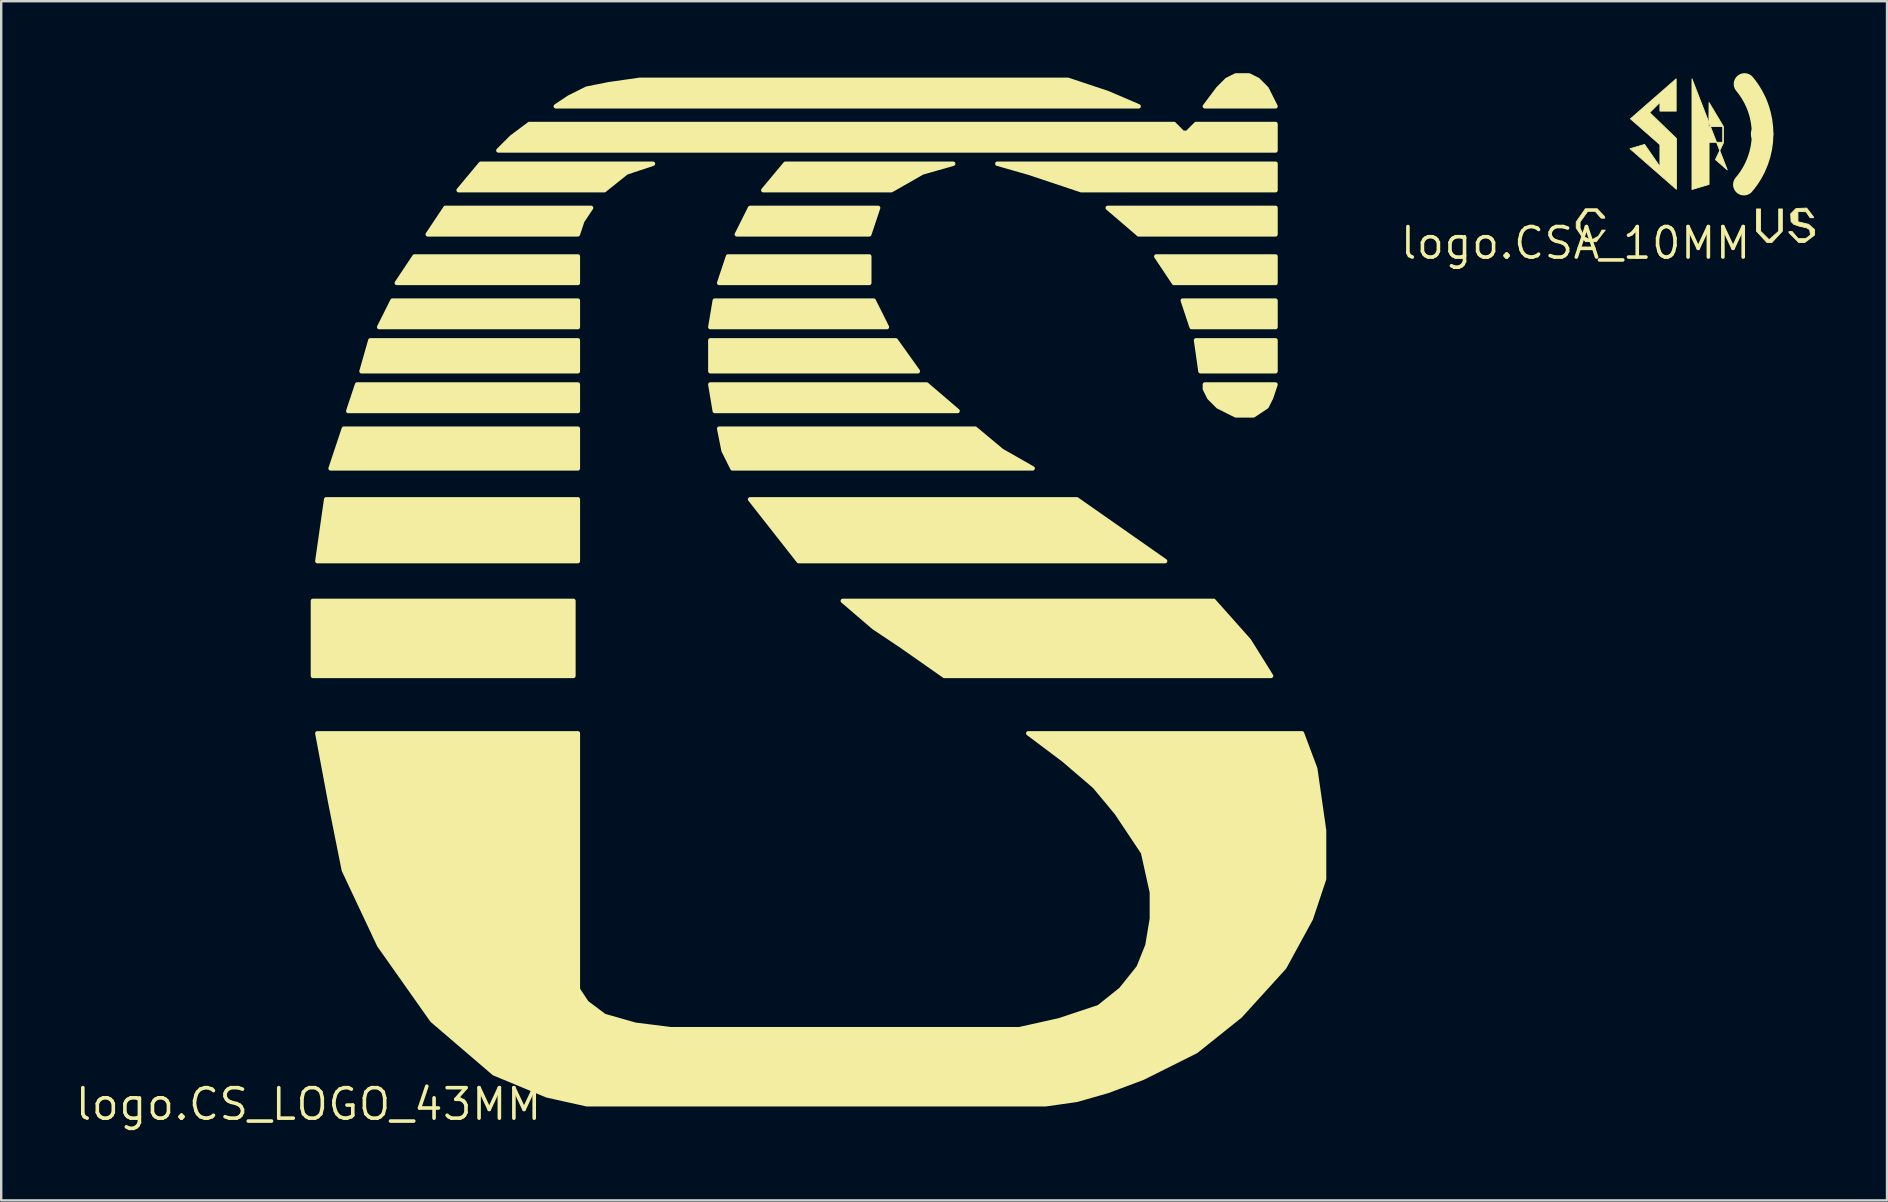
<source format=kicad_pcb>
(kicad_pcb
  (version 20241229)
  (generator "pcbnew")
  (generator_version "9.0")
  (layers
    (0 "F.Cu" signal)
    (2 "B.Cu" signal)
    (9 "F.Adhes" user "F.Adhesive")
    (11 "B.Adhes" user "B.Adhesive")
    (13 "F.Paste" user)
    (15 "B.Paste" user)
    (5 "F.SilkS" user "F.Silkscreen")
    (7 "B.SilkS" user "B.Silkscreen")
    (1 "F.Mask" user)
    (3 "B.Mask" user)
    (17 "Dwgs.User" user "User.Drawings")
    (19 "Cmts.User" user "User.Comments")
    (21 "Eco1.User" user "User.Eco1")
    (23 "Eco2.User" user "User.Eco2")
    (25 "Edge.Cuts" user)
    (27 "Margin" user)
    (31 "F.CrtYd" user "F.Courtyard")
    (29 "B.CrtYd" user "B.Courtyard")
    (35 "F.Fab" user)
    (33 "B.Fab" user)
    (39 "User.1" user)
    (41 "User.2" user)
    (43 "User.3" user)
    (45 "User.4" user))
  (footprint "logo.CSA_10MM"
    (layer "F.Cu")
    (at 62.596 7.08)
    (property "Reference" "logo.CSA_10MM" (at 0 0 0) (layer "F.SilkS") (effects (font (size 1.27 1.27) (thickness 0.15))))
    (fp_arc (start 7.0399 -6.6305) (mid 7.793934 -4.529662) (end 7.0132 -2.4386) (stroke (width 0.9) (type default)) (layer "F.SilkS"))
    (fp_circle (center 7.77 -4.548) (end 8.197 -4.548) (stroke (width 0.08) (type default)) (fill no) (layer "F.SilkS"))
    (fp_poly (pts (xy 4.192 -5.5) (xy 4.192 -6.844) (xy 2.287 -5.18) (xy 3.515 -4.103) (xy 3.515 -3.186) (xy 2.875 -4.112) (xy 2.269 -3.934) (xy 4.201 -2.243) (xy 4.201 -4.361) (xy 3.088 -5.438) (xy 3.515 -5.865) (xy 3.515 -5.5)) (stroke (width 0.036) (type default)) (fill yes) (layer "F.SilkS"))
    (fp_poly (pts (xy 4.851 -2.234) (xy 4.851 -6.844) (xy 6.319 -3.053) (xy 5.83 -3.48) (xy 6.159 -4.174) (xy 6.159 -4.859) (xy 5.562 -5.856) (xy 5.554 -4.859) (xy 6.132 -4.859) (xy 6.132 -4.201) (xy 5.562 -4.201) (xy 5.562 -2.447)) (stroke (width 0.036) (type default)) (fill yes) (layer "F.SilkS"))
    (fp_poly (pts (xy 7.538 -1.424) (xy 7.707 -1.424) (xy 7.707 -0.498) (xy 8.046 -0.16) (xy 8.09 -0.16) (xy 8.464 -0.498) (xy 8.464 -1.424) (xy 8.615 -1.424) (xy 8.615 -0.498) (xy 8.179 -0.027) (xy 7.974 -0.027) (xy 7.538 -0.498)) (stroke (width 0.036) (type default)) (fill yes) (layer "F.SilkS"))
    (fp_poly (pts (xy 7.556 -4.299) (xy 7.556 -4.77) (xy 7.832 -4.77) (xy 7.885 -4.53) (xy 7.885 -4.468) (xy 7.974 -4.299) (xy 7.868 -4.299) (xy 7.787 -4.468) (xy 7.787 -4.575) (xy 7.796 -4.699) (xy 7.645 -4.699) (xy 7.645 -4.575) (xy 7.77 -4.575) (xy 7.77 -4.495) (xy 7.645 -4.495) (xy 7.645 -4.299)) (stroke (width 0.036) (type default)) (fill yes) (layer "F.SilkS"))
    (fp_poly (pts (xy 1.219 -1.041) (xy 1.193 -1.121) (xy 0.899 -1.433) (xy 0.409 -1.433) (xy 0.027 -0.881) (xy 0.027 -0.632) (xy 0.409 -0.062) (xy 0.863 -0.062) (xy 1.237 -0.543) (xy 1.095 -0.543) (xy 1.077 -0.498) (xy 0.952 -0.285) (xy 0.721 -0.16) (xy 0.57 -0.16) (xy 0.347 -0.267) (xy 0.187 -0.632) (xy 0.187 -0.881) (xy 0.507 -1.326) (xy 0.819 -1.326) (xy 1.068 -1.041)) (stroke (width 0.036) (type default)) (fill yes) (layer "F.SilkS"))
    (fp_poly (pts (xy 8.891 -0.481) (xy 8.891 -0.436) (xy 9.3 -0.027) (xy 9.55 -0.027) (xy 9.959 -0.338) (xy 9.959 -0.561) (xy 9.71 -0.783) (xy 9.265 -0.89) (xy 9.265 -1.317) (xy 9.603 -1.308) (xy 9.772 -1.059) (xy 9.915 -1.059) (xy 9.915 -1.086) (xy 9.63 -1.46) (xy 9.185 -1.442) (xy 8.962 -1.219) (xy 8.98 -0.899) (xy 9.096 -0.783) (xy 9.336 -0.703) (xy 9.621 -0.641) (xy 9.754 -0.561) (xy 9.79 -0.338) (xy 9.585 -0.187) (xy 9.274 -0.187) (xy 9.025 -0.481)) (stroke (width 0.036) (type default)) (fill yes) (layer "F.SilkS")))
  (footprint "logo.CS_LOGO_43MM"
    (layer "F.Cu")
    (at 9.804 42.958)
    (property "Reference" "logo.CS_LOGO_43MM" (at 0 0 0) (layer "F.SilkS") (effects (font (size 1.27 1.27) (thickness 0.15))))
    (fp_poly (pts (xy 0.184 -20.973) (xy 11.038 -20.973) (xy 11.038 -17.846) (xy 0.184 -17.846)) (stroke (width 0.184) (type default)) (fill yes) (layer "F.SilkS"))
    (fp_poly (pts (xy 0.368 -22.629) (xy 0.736 -25.204) (xy 11.223 -25.204) (xy 11.223 -22.629)) (stroke (width 0.184) (type default)) (fill yes) (layer "F.SilkS"))
    (fp_poly (pts (xy 0.92 -26.492) (xy 1.472 -28.148) (xy 11.223 -28.148) (xy 11.223 -26.492)) (stroke (width 0.184) (type default)) (fill yes) (layer "F.SilkS"))
    (fp_poly (pts (xy 1.656 -28.884) (xy 2.024 -29.988) (xy 11.223 -29.988) (xy 11.223 -28.884)) (stroke (width 0.184) (type default)) (fill yes) (layer "F.SilkS"))
    (fp_poly (pts (xy 2.208 -30.54) (xy 2.576 -31.828) (xy 11.223 -31.828) (xy 11.223 -30.54)) (stroke (width 0.184) (type default)) (fill yes) (layer "F.SilkS"))
    (fp_poly (pts (xy 2.944 -32.38) (xy 3.496 -33.483) (xy 11.223 -33.483) (xy 11.223 -32.38)) (stroke (width 0.184) (type default)) (fill yes) (layer "F.SilkS"))
    (fp_poly (pts (xy 3.679 -34.219) (xy 4.415 -35.323) (xy 11.223 -35.323) (xy 11.223 -34.219)) (stroke (width 0.184) (type default)) (fill yes) (layer "F.SilkS"))
    (fp_poly (pts (xy 16.742 -32.38) (xy 16.926 -33.483) (xy 23.549 -33.483) (xy 24.101 -32.38)) (stroke (width 0.184) (type default)) (fill yes) (layer "F.SilkS"))
    (fp_poly (pts (xy 16.742 -30.54) (xy 16.742 -31.828) (xy 24.469 -31.828) (xy 25.389 -30.54)) (stroke (width 0.184) (type default)) (fill yes) (layer "F.SilkS"))
    (fp_poly (pts (xy 16.742 -29.988) (xy 25.756 -29.988) (xy 27.044 -28.884) (xy 16.926 -28.884)) (stroke (width 0.184) (type default)) (fill yes) (layer "F.SilkS"))
    (fp_poly (pts (xy 17.11 -34.219) (xy 17.478 -35.323) (xy 23.365 -35.323) (xy 23.365 -34.219)) (stroke (width 0.184) (type default)) (fill yes) (layer "F.SilkS"))
    (fp_poly (pts (xy 17.846 -36.243) (xy 18.398 -37.347) (xy 23.733 -37.347) (xy 23.365 -36.243)) (stroke (width 0.184) (type default)) (fill yes) (layer "F.SilkS"))
    (fp_poly (pts (xy 18.398 -25.204) (xy 32.012 -25.204) (xy 35.691 -22.629) (xy 20.421 -22.629)) (stroke (width 0.184) (type default)) (fill yes) (layer "F.SilkS"))
    (fp_poly (pts (xy 40.291 -37.347) (xy 40.291 -36.243) (xy 34.587 -36.243) (xy 33.299 -37.347)) (stroke (width 0.184) (type default)) (fill yes) (layer "F.SilkS"))
    (fp_poly (pts (xy 40.291 -34.219) (xy 36.059 -34.219) (xy 35.323 -35.323) (xy 40.291 -35.323)) (stroke (width 0.184) (type default)) (fill yes) (layer "F.SilkS"))
    (fp_poly (pts (xy 40.291 -32.38) (xy 36.795 -32.38) (xy 36.427 -33.483) (xy 40.291 -33.483)) (stroke (width 0.184) (type default)) (fill yes) (layer "F.SilkS"))
    (fp_poly (pts (xy 40.291 -30.54) (xy 37.163 -30.54) (xy 36.979 -31.828) (xy 40.291 -31.828)) (stroke (width 0.184) (type default)) (fill yes) (layer "F.SilkS"))
    (fp_poly (pts (xy 4.967 -36.243) (xy 5.703 -37.347) (xy 11.774 -37.347) (xy 11.406 -36.795) (xy 11.223 -36.243)) (stroke (width 0.184) (type default)) (fill yes) (layer "F.SilkS"))
    (fp_poly (pts (xy 6.255 -38.083) (xy 7.175 -39.187) (xy 14.35 -39.187) (xy 13.246 -38.819) (xy 12.326 -38.083)) (stroke (width 0.184) (type default)) (fill yes) (layer "F.SilkS"))
    (fp_poly (pts (xy 19.869 -39.187) (xy 26.86 -39.187) (xy 25.572 -38.819) (xy 24.285 -38.083) (xy 18.949 -38.083)) (stroke (width 0.184) (type default)) (fill yes) (layer "F.SilkS"))
    (fp_poly (pts (xy 17.11 -28.148) (xy 27.78 -28.148) (xy 28.884 -27.228) (xy 30.172 -26.492) (xy 17.662 -26.492) (xy 17.294 -27.228)) (stroke (width 0.184) (type default)) (fill yes) (layer "F.SilkS"))
    (fp_poly (pts (xy 40.291 -39.187) (xy 40.291 -38.083) (xy 32.196 -38.083) (xy 31.092 -38.451) (xy 29.988 -38.819) (xy 28.7 -39.187)) (stroke (width 0.184) (type default)) (fill yes) (layer "F.SilkS"))
    (fp_poly (pts (xy 22.261 -20.973) (xy 37.715 -20.973) (xy 39.187 -19.317) (xy 40.106 -17.846) (xy 26.492 -17.846) (xy 24.653 -19.133) (xy 23.549 -19.869)) (stroke (width 0.184) (type default)) (fill yes) (layer "F.SilkS"))
    (fp_poly (pts (xy 10.303 -41.578) (xy 10.854 -41.946) (xy 11.59 -42.314) (xy 12.51 -42.498) (xy 13.798 -42.682) (xy 31.644 -42.682) (xy 33.299 -42.13) (xy 34.587 -41.578)) (stroke (width 0.184) (type default)) (fill yes) (layer "F.SilkS"))
    (fp_poly (pts (xy 37.347 -41.578) (xy 37.899 -42.314) (xy 38.267 -42.682) (xy 38.635 -42.866) (xy 39.187 -42.866) (xy 39.555 -42.682) (xy 39.922 -42.314) (xy 40.106 -41.946) (xy 40.291 -41.578)) (stroke (width 0.184) (type default)) (fill yes) (layer "F.SilkS"))
    (fp_poly (pts (xy 40.291 -29.988) (xy 40.106 -29.436) (xy 39.922 -29.068) (xy 39.371 -28.7) (xy 38.635 -28.7) (xy 37.899 -29.068) (xy 37.531 -29.436) (xy 37.347 -29.804) (xy 37.347 -29.988)) (stroke (width 0.184) (type default)) (fill yes) (layer "F.SilkS"))
    (fp_poly (pts (xy 7.911 -39.739) (xy 8.463 -40.291) (xy 9.199 -40.842) (xy 36.059 -40.842) (xy 36.243 -40.658) (xy 36.427 -40.474) (xy 36.611 -40.474) (xy 36.979 -40.842) (xy 40.291 -40.842) (xy 40.291 -39.739)) (stroke (width 0.184) (type default)) (fill yes) (layer "F.SilkS"))
    (fp_poly (pts (xy 29.988 -15.454) (xy 41.394 -15.454) (xy 41.946 -13.982) (xy 42.314 -11.406) (xy 42.314 -9.383) (xy 41.762 -7.727) (xy 40.658 -5.703) (xy 38.819 -3.679) (xy 36.979 -2.208) (xy 34.771 -1.104) (xy 33.299 -0.552) (xy 32.012 -0.184) (xy 30.724 0) (xy 11.59 0) (xy 9.935 -0.368) (xy 7.727 -1.288) (xy 5.151 -3.496) (xy 2.944 -6.623) (xy 1.472 -9.751) (xy 0.92 -12.51) (xy 0.368 -15.454) (xy 11.223 -15.454) (xy 11.223 -4.783) (xy 11.59 -4.231) (xy 12.326 -3.679) (xy 13.614 -3.312) (xy 15.086 -3.127) (xy 29.62 -3.127) (xy 31.276 -3.496) (xy 32.931 -4.047) (xy 33.851 -4.783) (xy 34.587 -5.703) (xy 34.955 -6.623) (xy 35.139 -7.727) (xy 35.139 -8.831) (xy 34.771 -10.487) (xy 33.667 -12.142) (xy 32.748 -13.246) (xy 31.46 -14.35)) (stroke (width 0.184) (type default)) (fill yes) (layer "F.SilkS")))
  (gr_rect
    (start -3 -3)
    (end 75.573 46.964)
    (stroke (width 0.1) (type default))
    (fill no)
    (layer "Edge.Cuts")))
</source>
